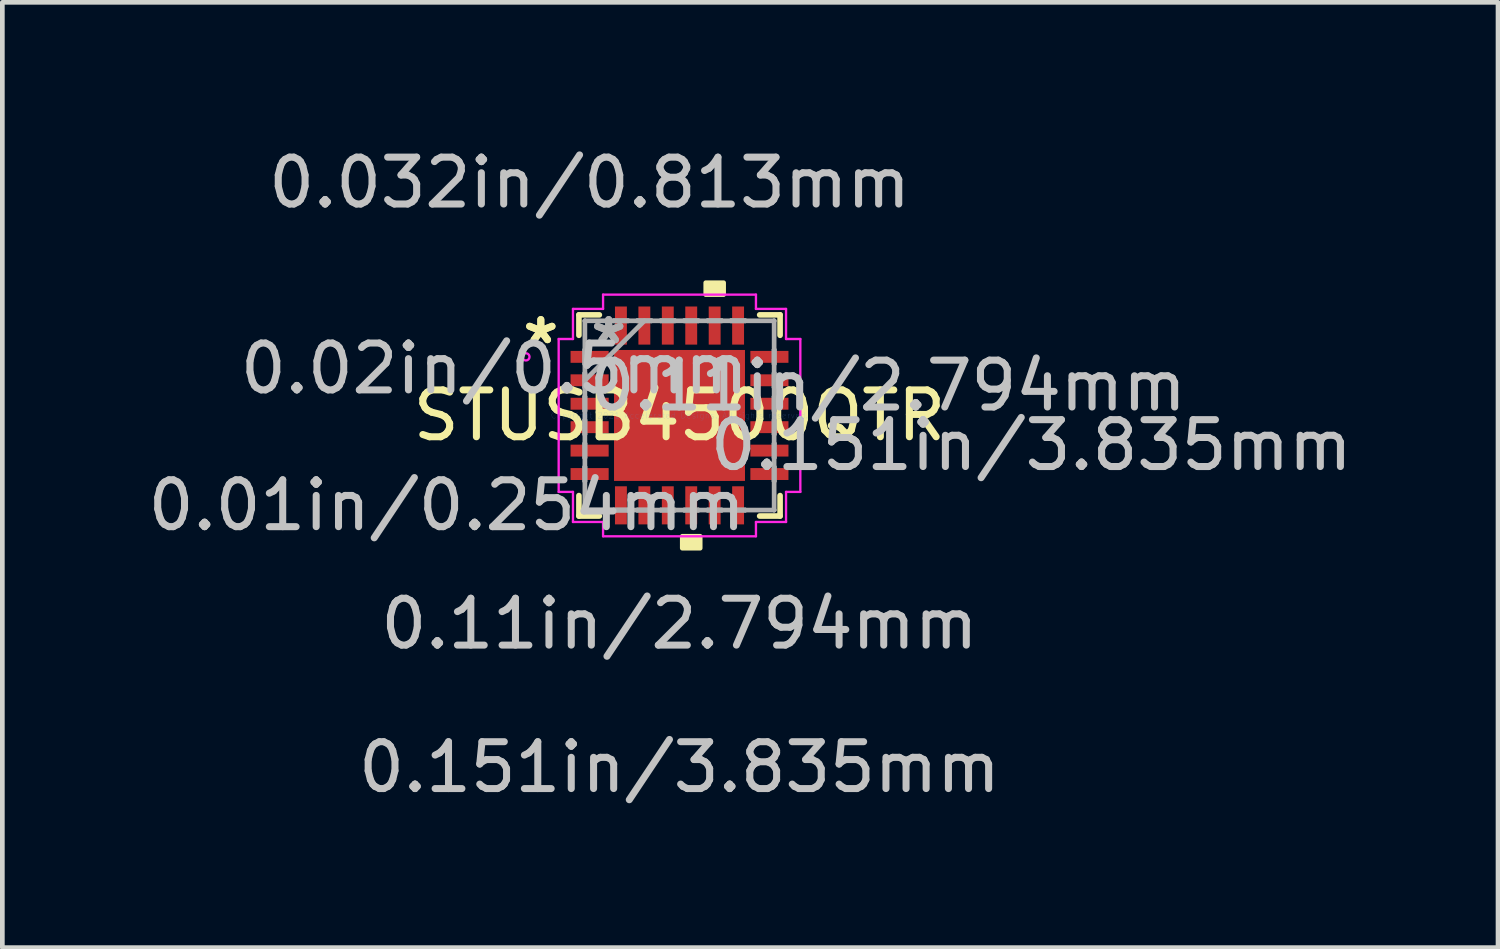
<source format=kicad_pcb>
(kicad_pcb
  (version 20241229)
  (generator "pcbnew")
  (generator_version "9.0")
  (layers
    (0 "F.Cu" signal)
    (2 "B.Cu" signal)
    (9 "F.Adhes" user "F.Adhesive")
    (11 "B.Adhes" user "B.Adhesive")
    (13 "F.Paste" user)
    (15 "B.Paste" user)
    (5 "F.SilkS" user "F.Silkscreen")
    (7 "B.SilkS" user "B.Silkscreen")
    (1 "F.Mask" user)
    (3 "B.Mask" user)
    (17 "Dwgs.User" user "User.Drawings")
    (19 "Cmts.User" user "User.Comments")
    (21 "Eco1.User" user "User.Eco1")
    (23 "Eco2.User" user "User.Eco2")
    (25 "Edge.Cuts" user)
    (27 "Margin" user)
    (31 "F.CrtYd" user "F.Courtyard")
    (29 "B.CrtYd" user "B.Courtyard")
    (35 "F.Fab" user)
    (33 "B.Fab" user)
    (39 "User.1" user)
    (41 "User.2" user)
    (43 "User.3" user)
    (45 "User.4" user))
  (footprint "STUSB4500QTR"
    (layer "F.Cu")
    (at 11.448 5.814)
    (property "Reference" "STUSB4500QTR" (at 0 0 0) (layer "F.SilkS") (effects (font (size 1 1) (thickness 0.15))))
    (attr through_hole)
    (fp_line (start -2.146 -2.146) (end -2.146 -1.71) (stroke (width 0.12) (type solid)) (layer "F.SilkS"))
    (fp_line (start -2.146 1.71) (end -2.146 2.146) (stroke (width 0.12) (type solid)) (layer "F.SilkS"))
    (fp_line (start -2.146 2.146) (end -1.71 2.146) (stroke (width 0.12) (type solid)) (layer "F.SilkS"))
    (fp_line (start -1.71 -2.146) (end -2.146 -2.146) (stroke (width 0.12) (type solid)) (layer "F.SilkS"))
    (fp_line (start 1.71 2.146) (end 2.146 2.146) (stroke (width 0.12) (type solid)) (layer "F.SilkS"))
    (fp_line (start 2.146 -2.146) (end 1.71 -2.146) (stroke (width 0.12) (type solid)) (layer "F.SilkS"))
    (fp_line (start 2.146 -1.71) (end 2.146 -2.146) (stroke (width 0.12) (type solid)) (layer "F.SilkS"))
    (fp_line (start 2.146 2.146) (end 2.146 1.71) (stroke (width 0.12) (type solid)) (layer "F.SilkS"))
    (fp_poly (pts (xy 0.059 2.578) (xy 0.059 2.832) (xy 0.441 2.832) (xy 0.441 2.578)) (stroke (width 0.1) (type solid)) (fill yes) (layer "F.SilkS"))
    (fp_poly (pts (xy 0.56 -2.578) (xy 0.56 -2.832) (xy 0.941 -2.832) (xy 0.941 -2.578)) (stroke (width 0.1) (type solid)) (fill yes) (layer "F.SilkS"))
    (fp_poly (pts (xy -1.297 -1.297) (xy -1.297 -0.1) (xy -0.1 -0.1) (xy -0.1 -1.297)) (stroke (width 0.1) (type solid)) (fill yes) (layer "F.Paste"))
    (fp_poly (pts (xy -1.297 0.1) (xy -1.297 1.297) (xy -0.1 1.297) (xy -0.1 0.1)) (stroke (width 0.1) (type solid)) (fill yes) (layer "F.Paste"))
    (fp_poly (pts (xy 0.1 -1.297) (xy 0.1 -0.1) (xy 1.297 -0.1) (xy 1.297 -1.297)) (stroke (width 0.1) (type solid)) (fill yes) (layer "F.Paste"))
    (fp_poly (pts (xy 0.1 0.1) (xy 0.1 1.297) (xy 1.297 1.297) (xy 1.297 0.1)) (stroke (width 0.1) (type solid)) (fill yes) (layer "F.Paste"))
    (fp_line (start -2.578 -1.631) (end -2.273 -1.631) (stroke (width 0.05) (type solid)) (layer "F.CrtYd"))
    (fp_line (start -2.578 1.631) (end -2.578 -1.631) (stroke (width 0.05) (type solid)) (layer "F.CrtYd"))
    (fp_line (start -2.273 -2.273) (end -1.631 -2.273) (stroke (width 0.05) (type solid)) (layer "F.CrtYd"))
    (fp_line (start -2.273 -1.631) (end -2.273 -2.273) (stroke (width 0.05) (type solid)) (layer "F.CrtYd"))
    (fp_line (start -2.273 1.631) (end -2.578 1.631) (stroke (width 0.05) (type solid)) (layer "F.CrtYd"))
    (fp_line (start -2.273 2.273) (end -2.273 1.631) (stroke (width 0.05) (type solid)) (layer "F.CrtYd"))
    (fp_line (start -1.631 -2.578) (end 1.631 -2.578) (stroke (width 0.05) (type solid)) (layer "F.CrtYd"))
    (fp_line (start -1.631 -2.273) (end -1.631 -2.578) (stroke (width 0.05) (type solid)) (layer "F.CrtYd"))
    (fp_line (start -1.631 2.273) (end -2.273 2.273) (stroke (width 0.05) (type solid)) (layer "F.CrtYd"))
    (fp_line (start -1.631 2.578) (end -1.631 2.273) (stroke (width 0.05) (type solid)) (layer "F.CrtYd"))
    (fp_line (start 1.631 -2.578) (end 1.631 -2.273) (stroke (width 0.05) (type solid)) (layer "F.CrtYd"))
    (fp_line (start 1.631 -2.273) (end 2.273 -2.273) (stroke (width 0.05) (type solid)) (layer "F.CrtYd"))
    (fp_line (start 1.631 2.273) (end 1.631 2.578) (stroke (width 0.05) (type solid)) (layer "F.CrtYd"))
    (fp_line (start 1.631 2.578) (end -1.631 2.578) (stroke (width 0.05) (type solid)) (layer "F.CrtYd"))
    (fp_line (start 2.273 -2.273) (end 2.273 -1.631) (stroke (width 0.05) (type solid)) (layer "F.CrtYd"))
    (fp_line (start 2.273 -1.631) (end 2.578 -1.631) (stroke (width 0.05) (type solid)) (layer "F.CrtYd"))
    (fp_line (start 2.273 1.631) (end 2.273 2.273) (stroke (width 0.05) (type solid)) (layer "F.CrtYd"))
    (fp_line (start 2.273 2.273) (end 1.631 2.273) (stroke (width 0.05) (type solid)) (layer "F.CrtYd"))
    (fp_line (start 2.578 -1.631) (end 2.578 1.631) (stroke (width 0.05) (type solid)) (layer "F.CrtYd"))
    (fp_line (start 2.578 1.631) (end 2.273 1.631) (stroke (width 0.05) (type solid)) (layer "F.CrtYd"))
    (fp_circle (center -3.277 -1.25) (end -3.2 -1.25) (stroke (width 0.05) (type solid)) (fill no) (layer "F.CrtYd"))
    (fp_line (start -2.019 -2.019) (end -2.019 -2.019) (stroke (width 0.1) (type solid)) (layer "F.Fab"))
    (fp_line (start -2.019 -2.019) (end -2.019 2.019) (stroke (width 0.1) (type solid)) (layer "F.Fab"))
    (fp_line (start -2.019 -1.402) (end -2.019 -1.402) (stroke (width 0.1) (type solid)) (layer "F.Fab"))
    (fp_line (start -2.019 -1.402) (end -2.019 -1.098) (stroke (width 0.1) (type solid)) (layer "F.Fab"))
    (fp_line (start -2.019 -1.098) (end -2.019 -1.402) (stroke (width 0.1) (type solid)) (layer "F.Fab"))
    (fp_line (start -2.019 -1.098) (end -2.019 -1.098) (stroke (width 0.1) (type solid)) (layer "F.Fab"))
    (fp_line (start -2.019 -0.902) (end -2.019 -0.902) (stroke (width 0.1) (type solid)) (layer "F.Fab"))
    (fp_line (start -2.019 -0.902) (end -2.019 -0.598) (stroke (width 0.1) (type solid)) (layer "F.Fab"))
    (fp_line (start -2.019 -0.749) (end -0.749 -2.019) (stroke (width 0.1) (type solid)) (layer "F.Fab"))
    (fp_line (start -2.019 -0.598) (end -2.019 -0.902) (stroke (width 0.1) (type solid)) (layer "F.Fab"))
    (fp_line (start -2.019 -0.598) (end -2.019 -0.598) (stroke (width 0.1) (type solid)) (layer "F.Fab"))
    (fp_line (start -2.019 -0.402) (end -2.019 -0.402) (stroke (width 0.1) (type solid)) (layer "F.Fab"))
    (fp_line (start -2.019 -0.402) (end -2.019 -0.098) (stroke (width 0.1) (type solid)) (layer "F.Fab"))
    (fp_line (start -2.019 -0.098) (end -2.019 -0.402) (stroke (width 0.1) (type solid)) (layer "F.Fab"))
    (fp_line (start -2.019 -0.098) (end -2.019 -0.098) (stroke (width 0.1) (type solid)) (layer "F.Fab"))
    (fp_line (start -2.019 0.098) (end -2.019 0.098) (stroke (width 0.1) (type solid)) (layer "F.Fab"))
    (fp_line (start -2.019 0.098) (end -2.019 0.402) (stroke (width 0.1) (type solid)) (layer "F.Fab"))
    (fp_line (start -2.019 0.402) (end -2.019 0.098) (stroke (width 0.1) (type solid)) (layer "F.Fab"))
    (fp_line (start -2.019 0.402) (end -2.019 0.402) (stroke (width 0.1) (type solid)) (layer "F.Fab"))
    (fp_line (start -2.019 0.598) (end -2.019 0.598) (stroke (width 0.1) (type solid)) (layer "F.Fab"))
    (fp_line (start -2.019 0.598) (end -2.019 0.902) (stroke (width 0.1) (type solid)) (layer "F.Fab"))
    (fp_line (start -2.019 0.902) (end -2.019 0.598) (stroke (width 0.1) (type solid)) (layer "F.Fab"))
    (fp_line (start -2.019 0.902) (end -2.019 0.902) (stroke (width 0.1) (type solid)) (layer "F.Fab"))
    (fp_line (start -2.019 1.098) (end -2.019 1.098) (stroke (width 0.1) (type solid)) (layer "F.Fab"))
    (fp_line (start -2.019 1.098) (end -2.019 1.402) (stroke (width 0.1) (type solid)) (layer "F.Fab"))
    (fp_line (start -2.019 1.402) (end -2.019 1.098) (stroke (width 0.1) (type solid)) (layer "F.Fab"))
    (fp_line (start -2.019 1.402) (end -2.019 1.402) (stroke (width 0.1) (type solid)) (layer "F.Fab"))
    (fp_line (start -2.019 2.019) (end -2.019 2.019) (stroke (width 0.1) (type solid)) (layer "F.Fab"))
    (fp_line (start -2.019 2.019) (end 2.019 2.019) (stroke (width 0.1) (type solid)) (layer "F.Fab"))
    (fp_line (start -1.402 -2.019) (end -1.402 -2.019) (stroke (width 0.1) (type solid)) (layer "F.Fab"))
    (fp_line (start -1.402 -2.019) (end -1.098 -2.019) (stroke (width 0.1) (type solid)) (layer "F.Fab"))
    (fp_line (start -1.402 2.019) (end -1.402 2.019) (stroke (width 0.1) (type solid)) (layer "F.Fab"))
    (fp_line (start -1.402 2.019) (end -1.098 2.019) (stroke (width 0.1) (type solid)) (layer "F.Fab"))
    (fp_line (start -1.098 -2.019) (end -1.402 -2.019) (stroke (width 0.1) (type solid)) (layer "F.Fab"))
    (fp_line (start -1.098 -2.019) (end -1.098 -2.019) (stroke (width 0.1) (type solid)) (layer "F.Fab"))
    (fp_line (start -1.098 2.019) (end -1.402 2.019) (stroke (width 0.1) (type solid)) (layer "F.Fab"))
    (fp_line (start -1.098 2.019) (end -1.098 2.019) (stroke (width 0.1) (type solid)) (layer "F.Fab"))
    (fp_line (start -0.902 -2.019) (end -0.902 -2.019) (stroke (width 0.1) (type solid)) (layer "F.Fab"))
    (fp_line (start -0.902 -2.019) (end -0.598 -2.019) (stroke (width 0.1) (type solid)) (layer "F.Fab"))
    (fp_line (start -0.902 2.019) (end -0.902 2.019) (stroke (width 0.1) (type solid)) (layer "F.Fab"))
    (fp_line (start -0.902 2.019) (end -0.598 2.019) (stroke (width 0.1) (type solid)) (layer "F.Fab"))
    (fp_line (start -0.598 -2.019) (end -0.902 -2.019) (stroke (width 0.1) (type solid)) (layer "F.Fab"))
    (fp_line (start -0.598 -2.019) (end -0.598 -2.019) (stroke (width 0.1) (type solid)) (layer "F.Fab"))
    (fp_line (start -0.598 2.019) (end -0.902 2.019) (stroke (width 0.1) (type solid)) (layer "F.Fab"))
    (fp_line (start -0.598 2.019) (end -0.598 2.019) (stroke (width 0.1) (type solid)) (layer "F.Fab"))
    (fp_line (start -0.402 -2.019) (end -0.402 -2.019) (stroke (width 0.1) (type solid)) (layer "F.Fab"))
    (fp_line (start -0.402 -2.019) (end -0.098 -2.019) (stroke (width 0.1) (type solid)) (layer "F.Fab"))
    (fp_line (start -0.402 2.019) (end -0.402 2.019) (stroke (width 0.1) (type solid)) (layer "F.Fab"))
    (fp_line (start -0.402 2.019) (end -0.098 2.019) (stroke (width 0.1) (type solid)) (layer "F.Fab"))
    (fp_line (start -0.098 -2.019) (end -0.402 -2.019) (stroke (width 0.1) (type solid)) (layer "F.Fab"))
    (fp_line (start -0.098 -2.019) (end -0.098 -2.019) (stroke (width 0.1) (type solid)) (layer "F.Fab"))
    (fp_line (start -0.098 2.019) (end -0.402 2.019) (stroke (width 0.1) (type solid)) (layer "F.Fab"))
    (fp_line (start -0.098 2.019) (end -0.098 2.019) (stroke (width 0.1) (type solid)) (layer "F.Fab"))
    (fp_line (start 0.098 -2.019) (end 0.098 -2.019) (stroke (width 0.1) (type solid)) (layer "F.Fab"))
    (fp_line (start 0.098 -2.019) (end 0.402 -2.019) (stroke (width 0.1) (type solid)) (layer "F.Fab"))
    (fp_line (start 0.098 2.019) (end 0.098 2.019) (stroke (width 0.1) (type solid)) (layer "F.Fab"))
    (fp_line (start 0.098 2.019) (end 0.402 2.019) (stroke (width 0.1) (type solid)) (layer "F.Fab"))
    (fp_line (start 0.402 -2.019) (end 0.098 -2.019) (stroke (width 0.1) (type solid)) (layer "F.Fab"))
    (fp_line (start 0.402 -2.019) (end 0.402 -2.019) (stroke (width 0.1) (type solid)) (layer "F.Fab"))
    (fp_line (start 0.402 2.019) (end 0.098 2.019) (stroke (width 0.1) (type solid)) (layer "F.Fab"))
    (fp_line (start 0.402 2.019) (end 0.402 2.019) (stroke (width 0.1) (type solid)) (layer "F.Fab"))
    (fp_line (start 0.598 -2.019) (end 0.598 -2.019) (stroke (width 0.1) (type solid)) (layer "F.Fab"))
    (fp_line (start 0.598 -2.019) (end 0.902 -2.019) (stroke (width 0.1) (type solid)) (layer "F.Fab"))
    (fp_line (start 0.598 2.019) (end 0.598 2.019) (stroke (width 0.1) (type solid)) (layer "F.Fab"))
    (fp_line (start 0.598 2.019) (end 0.902 2.019) (stroke (width 0.1) (type solid)) (layer "F.Fab"))
    (fp_line (start 0.902 -2.019) (end 0.598 -2.019) (stroke (width 0.1) (type solid)) (layer "F.Fab"))
    (fp_line (start 0.902 -2.019) (end 0.902 -2.019) (stroke (width 0.1) (type solid)) (layer "F.Fab"))
    (fp_line (start 0.902 2.019) (end 0.598 2.019) (stroke (width 0.1) (type solid)) (layer "F.Fab"))
    (fp_line (start 0.902 2.019) (end 0.902 2.019) (stroke (width 0.1) (type solid)) (layer "F.Fab"))
    (fp_line (start 1.098 -2.019) (end 1.098 -2.019) (stroke (width 0.1) (type solid)) (layer "F.Fab"))
    (fp_line (start 1.098 -2.019) (end 1.402 -2.019) (stroke (width 0.1) (type solid)) (layer "F.Fab"))
    (fp_line (start 1.098 2.019) (end 1.098 2.019) (stroke (width 0.1) (type solid)) (layer "F.Fab"))
    (fp_line (start 1.098 2.019) (end 1.402 2.019) (stroke (width 0.1) (type solid)) (layer "F.Fab"))
    (fp_line (start 1.402 -2.019) (end 1.098 -2.019) (stroke (width 0.1) (type solid)) (layer "F.Fab"))
    (fp_line (start 1.402 -2.019) (end 1.402 -2.019) (stroke (width 0.1) (type solid)) (layer "F.Fab"))
    (fp_line (start 1.402 2.019) (end 1.098 2.019) (stroke (width 0.1) (type solid)) (layer "F.Fab"))
    (fp_line (start 1.402 2.019) (end 1.402 2.019) (stroke (width 0.1) (type solid)) (layer "F.Fab"))
    (fp_line (start 2.019 -2.019) (end -2.019 -2.019) (stroke (width 0.1) (type solid)) (layer "F.Fab"))
    (fp_line (start 2.019 -2.019) (end 2.019 -2.019) (stroke (width 0.1) (type solid)) (layer "F.Fab"))
    (fp_line (start 2.019 -1.402) (end 2.019 -1.402) (stroke (width 0.1) (type solid)) (layer "F.Fab"))
    (fp_line (start 2.019 -1.402) (end 2.019 -1.098) (stroke (width 0.1) (type solid)) (layer "F.Fab"))
    (fp_line (start 2.019 -1.098) (end 2.019 -1.402) (stroke (width 0.1) (type solid)) (layer "F.Fab"))
    (fp_line (start 2.019 -1.098) (end 2.019 -1.098) (stroke (width 0.1) (type solid)) (layer "F.Fab"))
    (fp_line (start 2.019 -0.902) (end 2.019 -0.902) (stroke (width 0.1) (type solid)) (layer "F.Fab"))
    (fp_line (start 2.019 -0.902) (end 2.019 -0.598) (stroke (width 0.1) (type solid)) (layer "F.Fab"))
    (fp_line (start 2.019 -0.598) (end 2.019 -0.902) (stroke (width 0.1) (type solid)) (layer "F.Fab"))
    (fp_line (start 2.019 -0.598) (end 2.019 -0.598) (stroke (width 0.1) (type solid)) (layer "F.Fab"))
    (fp_line (start 2.019 -0.402) (end 2.019 -0.402) (stroke (width 0.1) (type solid)) (layer "F.Fab"))
    (fp_line (start 2.019 -0.402) (end 2.019 -0.098) (stroke (width 0.1) (type solid)) (layer "F.Fab"))
    (fp_line (start 2.019 -0.098) (end 2.019 -0.402) (stroke (width 0.1) (type solid)) (layer "F.Fab"))
    (fp_line (start 2.019 -0.098) (end 2.019 -0.098) (stroke (width 0.1) (type solid)) (layer "F.Fab"))
    (fp_line (start 2.019 0.098) (end 2.019 0.098) (stroke (width 0.1) (type solid)) (layer "F.Fab"))
    (fp_line (start 2.019 0.098) (end 2.019 0.402) (stroke (width 0.1) (type solid)) (layer "F.Fab"))
    (fp_line (start 2.019 0.402) (end 2.019 0.098) (stroke (width 0.1) (type solid)) (layer "F.Fab"))
    (fp_line (start 2.019 0.402) (end 2.019 0.402) (stroke (width 0.1) (type solid)) (layer "F.Fab"))
    (fp_line (start 2.019 0.598) (end 2.019 0.598) (stroke (width 0.1) (type solid)) (layer "F.Fab"))
    (fp_line (start 2.019 0.598) (end 2.019 0.902) (stroke (width 0.1) (type solid)) (layer "F.Fab"))
    (fp_line (start 2.019 0.902) (end 2.019 0.598) (stroke (width 0.1) (type solid)) (layer "F.Fab"))
    (fp_line (start 2.019 0.902) (end 2.019 0.902) (stroke (width 0.1) (type solid)) (layer "F.Fab"))
    (fp_line (start 2.019 1.098) (end 2.019 1.098) (stroke (width 0.1) (type solid)) (layer "F.Fab"))
    (fp_line (start 2.019 1.098) (end 2.019 1.402) (stroke (width 0.1) (type solid)) (layer "F.Fab"))
    (fp_line (start 2.019 1.402) (end 2.019 1.098) (stroke (width 0.1) (type solid)) (layer "F.Fab"))
    (fp_line (start 2.019 1.402) (end 2.019 1.402) (stroke (width 0.1) (type solid)) (layer "F.Fab"))
    (fp_line (start 2.019 2.019) (end 2.019 -2.019) (stroke (width 0.1) (type solid)) (layer "F.Fab"))
    (fp_line (start 2.019 2.019) (end 2.019 2.019) (stroke (width 0.1) (type solid)) (layer "F.Fab"))
    (fp_text user "*" (at -2.959 -1.5 0) (layer "F.SilkS") (effects (font (size 1 1) (thickness 0.15))))
    (fp_text user "*" (at -2.959 -1.5 0) (layer "F.SilkS") (effects (font (size 1 1) (thickness 0.15))))
    (fp_text user "0.11in/2.794mm" (at 0 4.445 0) (layer "Dwgs.User") (effects (font (size 1 1) (thickness 0.15))))
    (fp_text user "0.01in/0.254mm" (at -4.966 1.918 0) (layer "Dwgs.User") (effects (font (size 1 1) (thickness 0.15))))
    (fp_text user "0.032in/0.813mm" (at -1.918 -4.966 0) (layer "Dwgs.User") (effects (font (size 1 1) (thickness 0.15))))
    (fp_text user "0.151in/3.835mm" (at 0 7.506 0) (layer "Dwgs.User") (effects (font (size 1 1) (thickness 0.15))))
    (fp_text user "0.11in/2.794mm" (at 4.445 -0.635 0) (layer "Dwgs.User") (effects (font (size 1 1) (thickness 0.15))))
    (fp_text user "0.151in/3.835mm" (at 7.506 0.635 0) (layer "Dwgs.User") (effects (font (size 1 1) (thickness 0.15))))
    (fp_text user "0.02in/0.5mm" (at -3.95 -1 0) (layer "Dwgs.User") (effects (font (size 1 1) (thickness 0.15))))
    (fp_text user "Copyright 2021 Accelerated Designs. All rights reserved." (at 0 0 0) (layer "Cmts.User") (effects (font (size 0.127 0.127) (thickness 0.002))))
    (fp_text user "*" (at -1.511 -1.5 0) (layer "F.Fab") (effects (font (size 1 1) (thickness 0.15))))
    (fp_text user "*" (at -1.511 -1.5 0) (layer "F.Fab") (effects (font (size 1 1) (thickness 0.15))))
    (pad "1" smd rect (at -1.918 -1.25 90) (size 0.254 0.813) (layers "F.Cu" "F.Mask" "F.Paste"))
    (pad "2" smd rect (at -1.918 -0.75 90) (size 0.254 0.813) (layers "F.Cu" "F.Mask" "F.Paste"))
    (pad "3" smd rect (at -1.918 -0.25 90) (size 0.254 0.813) (layers "F.Cu" "F.Mask" "F.Paste"))
    (pad "4" smd rect (at -1.918 0.25 90) (size 0.254 0.813) (layers "F.Cu" "F.Mask" "F.Paste"))
    (pad "5" smd rect (at -1.918 0.75 90) (size 0.254 0.813) (layers "F.Cu" "F.Mask" "F.Paste"))
    (pad "6" smd rect (at -1.918 1.25 90) (size 0.254 0.813) (layers "F.Cu" "F.Mask" "F.Paste"))
    (pad "7" smd rect (at -1.25 1.918) (size 0.254 0.813) (layers "F.Cu" "F.Mask" "F.Paste"))
    (pad "8" smd rect (at -0.75 1.918) (size 0.254 0.813) (layers "F.Cu" "F.Mask" "F.Paste"))
    (pad "9" smd rect (at -0.25 1.918) (size 0.254 0.813) (layers "F.Cu" "F.Mask" "F.Paste"))
    (pad "10" smd rect (at 0.25 1.918) (size 0.254 0.813) (layers "F.Cu" "F.Mask" "F.Paste"))
    (pad "11" smd rect (at 0.75 1.918) (size 0.254 0.813) (layers "F.Cu" "F.Mask" "F.Paste"))
    (pad "12" smd rect (at 1.25 1.918) (size 0.254 0.813) (layers "F.Cu" "F.Mask" "F.Paste"))
    (pad "13" smd rect (at 1.918 1.25 90) (size 0.254 0.813) (layers "F.Cu" "F.Mask" "F.Paste"))
    (pad "14" smd rect (at 1.918 0.75 90) (size 0.254 0.813) (layers "F.Cu" "F.Mask" "F.Paste"))
    (pad "15" smd rect (at 1.918 0.25 90) (size 0.254 0.813) (layers "F.Cu" "F.Mask" "F.Paste"))
    (pad "16" smd rect (at 1.918 -0.25 90) (size 0.254 0.813) (layers "F.Cu" "F.Mask" "F.Paste"))
    (pad "17" smd rect (at 1.918 -0.75 90) (size 0.254 0.813) (layers "F.Cu" "F.Mask" "F.Paste"))
    (pad "18" smd rect (at 1.918 -1.25 90) (size 0.254 0.813) (layers "F.Cu" "F.Mask" "F.Paste"))
    (pad "19" smd rect (at 1.25 -1.918) (size 0.254 0.813) (layers "F.Cu" "F.Mask" "F.Paste"))
    (pad "20" smd rect (at 0.75 -1.918) (size 0.254 0.813) (layers "F.Cu" "F.Mask" "F.Paste"))
    (pad "21" smd rect (at 0.25 -1.918) (size 0.254 0.813) (layers "F.Cu" "F.Mask" "F.Paste"))
    (pad "22" smd rect (at -0.25 -1.918) (size 0.254 0.813) (layers "F.Cu" "F.Mask" "F.Paste"))
    (pad "23" smd rect (at -0.75 -1.918) (size 0.254 0.813) (layers "F.Cu" "F.Mask" "F.Paste"))
    (pad "24" smd rect (at -1.25 -1.918) (size 0.254 0.813) (layers "F.Cu" "F.Mask" "F.Paste"))
    (pad "25" smd rect (at 0 0) (size 2.794 2.794) (layers "F.Cu" "F.Mask")))
  (gr_rect
    (start -3 -3)
    (end 28.912 17.168)
    (stroke (width 0.1) (type default))
    (fill no)
    (layer "Edge.Cuts")))
</source>
